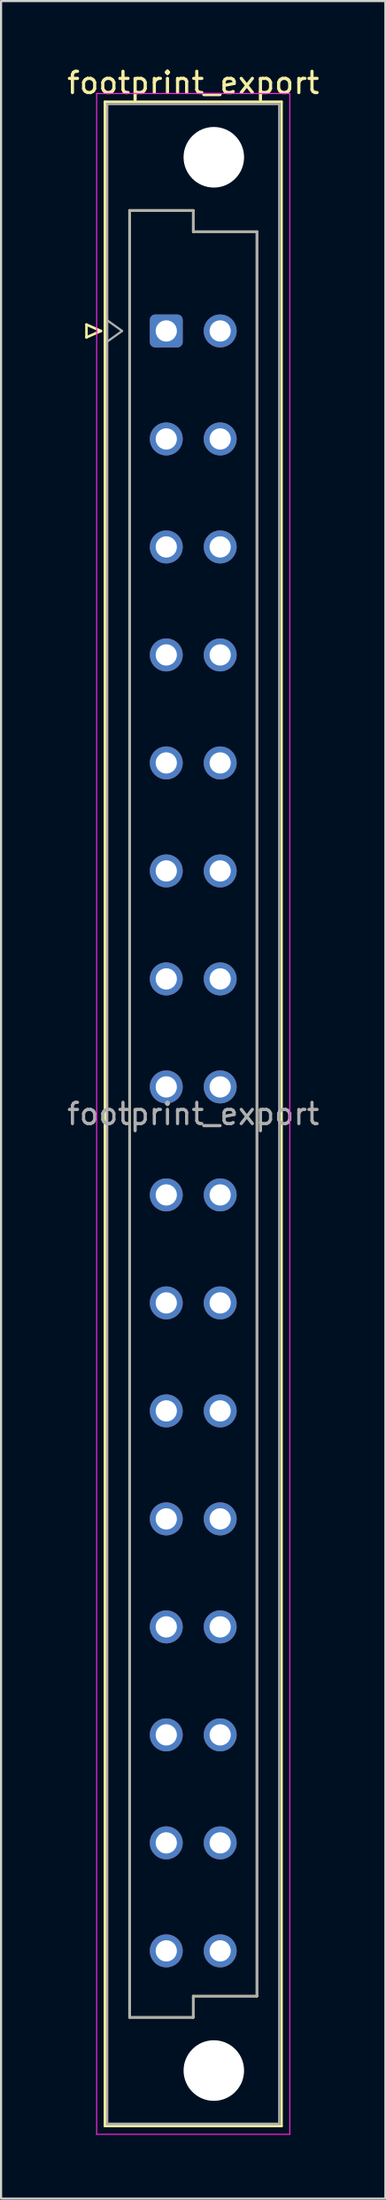
<source format=kicad_pcb>
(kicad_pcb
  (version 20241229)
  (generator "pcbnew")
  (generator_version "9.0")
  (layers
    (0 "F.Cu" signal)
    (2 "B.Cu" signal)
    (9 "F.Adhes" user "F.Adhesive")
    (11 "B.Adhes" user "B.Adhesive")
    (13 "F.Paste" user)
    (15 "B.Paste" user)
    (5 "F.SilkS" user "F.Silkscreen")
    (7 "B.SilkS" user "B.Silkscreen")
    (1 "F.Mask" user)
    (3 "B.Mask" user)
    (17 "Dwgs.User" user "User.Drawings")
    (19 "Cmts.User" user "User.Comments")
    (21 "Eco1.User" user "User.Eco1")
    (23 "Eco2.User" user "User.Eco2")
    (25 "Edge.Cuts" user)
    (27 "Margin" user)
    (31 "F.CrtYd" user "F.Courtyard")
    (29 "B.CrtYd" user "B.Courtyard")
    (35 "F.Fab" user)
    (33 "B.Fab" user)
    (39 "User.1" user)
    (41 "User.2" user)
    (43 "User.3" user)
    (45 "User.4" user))
  (footprint "footprint_export"
    (layer "F.Cu")
    (at 4.784 9.978)
    (property "Reference" "footprint_export" (at 1.27 -9.13 0) (layer "F.SilkS") (effects (font (size 1 1) (thickness 0.15))))
    (attr through_hole)
    (fp_line (start -3.76 2.24) (end -3.76 2.84) (stroke (width 0.12) (type solid)) (layer "F.SilkS"))
    (fp_line (start -3.76 2.84) (end -3.08 2.54) (stroke (width 0.12) (type solid)) (layer "F.SilkS"))
    (fp_line (start -3.08 2.54) (end -3.76 2.24) (stroke (width 0.12) (type solid)) (layer "F.SilkS"))
    (fp_line (start -2.89 -8.24) (end 5.43 -8.24) (stroke (width 0.12) (type solid)) (layer "F.SilkS"))
    (fp_line (start -2.89 86.98) (end -2.89 -8.24) (stroke (width 0.12) (type solid)) (layer "F.SilkS"))
    (fp_line (start -1.73 -3.131) (end 1.27 -3.131) (stroke (width 0.12) (type solid)) (layer "F.SilkS"))
    (fp_line (start -1.73 81.87) (end -1.73 -3.131) (stroke (width 0.12) (type solid)) (layer "F.SilkS"))
    (fp_line (start 1.27 -3.131) (end 1.27 -2.131) (stroke (width 0.12) (type solid)) (layer "F.SilkS"))
    (fp_line (start 1.27 -2.131) (end 4.27 -2.131) (stroke (width 0.12) (type solid)) (layer "F.SilkS"))
    (fp_line (start 1.27 80.87) (end 1.27 81.87) (stroke (width 0.12) (type solid)) (layer "F.SilkS"))
    (fp_line (start 1.27 81.87) (end -1.73 81.87) (stroke (width 0.12) (type solid)) (layer "F.SilkS"))
    (fp_line (start 4.27 -2.131) (end 4.27 80.87) (stroke (width 0.12) (type solid)) (layer "F.SilkS"))
    (fp_line (start 4.27 80.87) (end 1.27 80.87) (stroke (width 0.12) (type solid)) (layer "F.SilkS"))
    (fp_line (start 5.43 -8.24) (end 5.43 86.98) (stroke (width 0.12) (type solid)) (layer "F.SilkS"))
    (fp_line (start 5.43 86.98) (end -2.89 86.98) (stroke (width 0.12) (type solid)) (layer "F.SilkS"))
    (fp_line (start -3.28 -8.63) (end 5.82 -8.63) (stroke (width 0.05) (type solid)) (layer "F.CrtYd"))
    (fp_line (start -3.28 87.37) (end -3.28 -8.63) (stroke (width 0.05) (type solid)) (layer "F.CrtYd"))
    (fp_line (start 5.82 -8.63) (end 5.82 87.37) (stroke (width 0.05) (type solid)) (layer "F.CrtYd"))
    (fp_line (start 5.82 87.37) (end -3.28 87.37) (stroke (width 0.05) (type solid)) (layer "F.CrtYd"))
    (fp_line (start -2.78 -8.13) (end 5.32 -8.13) (stroke (width 0.1) (type solid)) (layer "F.Fab"))
    (fp_line (start -2.78 2.04) (end -2.08 2.54) (stroke (width 0.1) (type solid)) (layer "F.Fab"))
    (fp_line (start -2.78 86.87) (end -2.78 -8.13) (stroke (width 0.1) (type solid)) (layer "F.Fab"))
    (fp_line (start -2.08 2.54) (end -2.78 3.04) (stroke (width 0.1) (type solid)) (layer "F.Fab"))
    (fp_line (start -1.73 -3.13) (end 1.27 -3.13) (stroke (width 0.1) (type solid)) (layer "F.Fab"))
    (fp_line (start -1.73 81.87) (end -1.73 -3.13) (stroke (width 0.1) (type solid)) (layer "F.Fab"))
    (fp_line (start 1.27 -3.13) (end 1.27 -2.13) (stroke (width 0.1) (type solid)) (layer "F.Fab"))
    (fp_line (start 1.27 -2.13) (end 4.27 -2.13) (stroke (width 0.1) (type solid)) (layer "F.Fab"))
    (fp_line (start 1.27 80.87) (end 1.27 81.87) (stroke (width 0.1) (type solid)) (layer "F.Fab"))
    (fp_line (start 1.27 81.87) (end -1.73 81.87) (stroke (width 0.1) (type solid)) (layer "F.Fab"))
    (fp_line (start 4.27 -2.13) (end 4.27 80.87) (stroke (width 0.1) (type solid)) (layer "F.Fab"))
    (fp_line (start 4.27 80.87) (end 1.27 80.87) (stroke (width 0.1) (type solid)) (layer "F.Fab"))
    (fp_line (start 5.32 -8.13) (end 5.32 86.87) (stroke (width 0.1) (type solid)) (layer "F.Fab"))
    (fp_line (start 5.32 86.87) (end -2.78 86.87) (stroke (width 0.1) (type solid)) (layer "F.Fab"))
    (fp_text user "${REFERENCE}" (at 1.27 39.37 0) (layer "F.Fab") (effects (font (size 1 1) (thickness 0.15))))
    (pad "" np_thru_hole circle (at 2.24 -5.63) (size 2.85 2.85) (drill 2.85) (layers "*.Cu" "*.Mask"))
    (pad "" np_thru_hole circle (at 2.24 84.37) (size 2.85 2.85) (drill 2.85) (layers "*.Cu" "*.Mask"))
    (pad "a2" thru_hole roundrect (at 0 2.54) (size 1.55 1.55) (drill 1) (layers "*.Cu" "*.Mask") (roundrect_rratio 0.161))
    (pad "a4" thru_hole circle (at 0 7.62) (size 1.55 1.55) (drill 1) (layers "*.Cu" "*.Mask"))
    (pad "a6" thru_hole circle (at 0 12.7) (size 1.55 1.55) (drill 1) (layers "*.Cu" "*.Mask"))
    (pad "a8" thru_hole circle (at 0 17.78) (size 1.55 1.55) (drill 1) (layers "*.Cu" "*.Mask"))
    (pad "a10" thru_hole circle (at 0 22.86) (size 1.55 1.55) (drill 1) (layers "*.Cu" "*.Mask"))
    (pad "a12" thru_hole circle (at 0 27.94) (size 1.55 1.55) (drill 1) (layers "*.Cu" "*.Mask"))
    (pad "a14" thru_hole circle (at 0 33.02) (size 1.55 1.55) (drill 1) (layers "*.Cu" "*.Mask"))
    (pad "a16" thru_hole circle (at 0 38.1) (size 1.55 1.55) (drill 1) (layers "*.Cu" "*.Mask"))
    (pad "a18" thru_hole circle (at 0 43.18) (size 1.55 1.55) (drill 1) (layers "*.Cu" "*.Mask"))
    (pad "a20" thru_hole circle (at 0 48.26) (size 1.55 1.55) (drill 1) (layers "*.Cu" "*.Mask"))
    (pad "a22" thru_hole circle (at 0 53.34) (size 1.55 1.55) (drill 1) (layers "*.Cu" "*.Mask"))
    (pad "a24" thru_hole circle (at 0 58.42) (size 1.55 1.55) (drill 1) (layers "*.Cu" "*.Mask"))
    (pad "a26" thru_hole circle (at 0 63.5) (size 1.55 1.55) (drill 1) (layers "*.Cu" "*.Mask"))
    (pad "a28" thru_hole circle (at 0 68.58) (size 1.55 1.55) (drill 1) (layers "*.Cu" "*.Mask"))
    (pad "a30" thru_hole circle (at 0 73.66) (size 1.55 1.55) (drill 1) (layers "*.Cu" "*.Mask"))
    (pad "a32" thru_hole circle (at 0 78.74) (size 1.55 1.55) (drill 1) (layers "*.Cu" "*.Mask"))
    (pad "b2" thru_hole circle (at 2.54 2.54) (size 1.55 1.55) (drill 1) (layers "*.Cu" "*.Mask"))
    (pad "b4" thru_hole circle (at 2.54 7.62) (size 1.55 1.55) (drill 1) (layers "*.Cu" "*.Mask"))
    (pad "b6" thru_hole circle (at 2.54 12.7) (size 1.55 1.55) (drill 1) (layers "*.Cu" "*.Mask"))
    (pad "b8" thru_hole circle (at 2.54 17.78) (size 1.55 1.55) (drill 1) (layers "*.Cu" "*.Mask"))
    (pad "b10" thru_hole circle (at 2.54 22.86) (size 1.55 1.55) (drill 1) (layers "*.Cu" "*.Mask"))
    (pad "b12" thru_hole circle (at 2.54 27.94) (size 1.55 1.55) (drill 1) (layers "*.Cu" "*.Mask"))
    (pad "b14" thru_hole circle (at 2.54 33.02) (size 1.55 1.55) (drill 1) (layers "*.Cu" "*.Mask"))
    (pad "b16" thru_hole circle (at 2.54 38.1) (size 1.55 1.55) (drill 1) (layers "*.Cu" "*.Mask"))
    (pad "b18" thru_hole circle (at 2.54 43.18) (size 1.55 1.55) (drill 1) (layers "*.Cu" "*.Mask"))
    (pad "b20" thru_hole circle (at 2.54 48.26) (size 1.55 1.55) (drill 1) (layers "*.Cu" "*.Mask"))
    (pad "b22" thru_hole circle (at 2.54 53.34) (size 1.55 1.55) (drill 1) (layers "*.Cu" "*.Mask"))
    (pad "b24" thru_hole circle (at 2.54 58.42) (size 1.55 1.55) (drill 1) (layers "*.Cu" "*.Mask"))
    (pad "b26" thru_hole circle (at 2.54 63.5) (size 1.55 1.55) (drill 1) (layers "*.Cu" "*.Mask"))
    (pad "b28" thru_hole circle (at 2.54 68.58) (size 1.55 1.55) (drill 1) (layers "*.Cu" "*.Mask"))
    (pad "b30" thru_hole circle (at 2.54 73.66) (size 1.55 1.55) (drill 1) (layers "*.Cu" "*.Mask"))
    (pad "b32" thru_hole circle (at 2.54 78.74) (size 1.55 1.55) (drill 1) (layers "*.Cu" "*.Mask")))
  (gr_rect
    (start -3 -3)
    (end 15.107 100.373)
    (stroke (width 0.1) (type default))
    (fill no)
    (layer "Edge.Cuts")))
</source>
